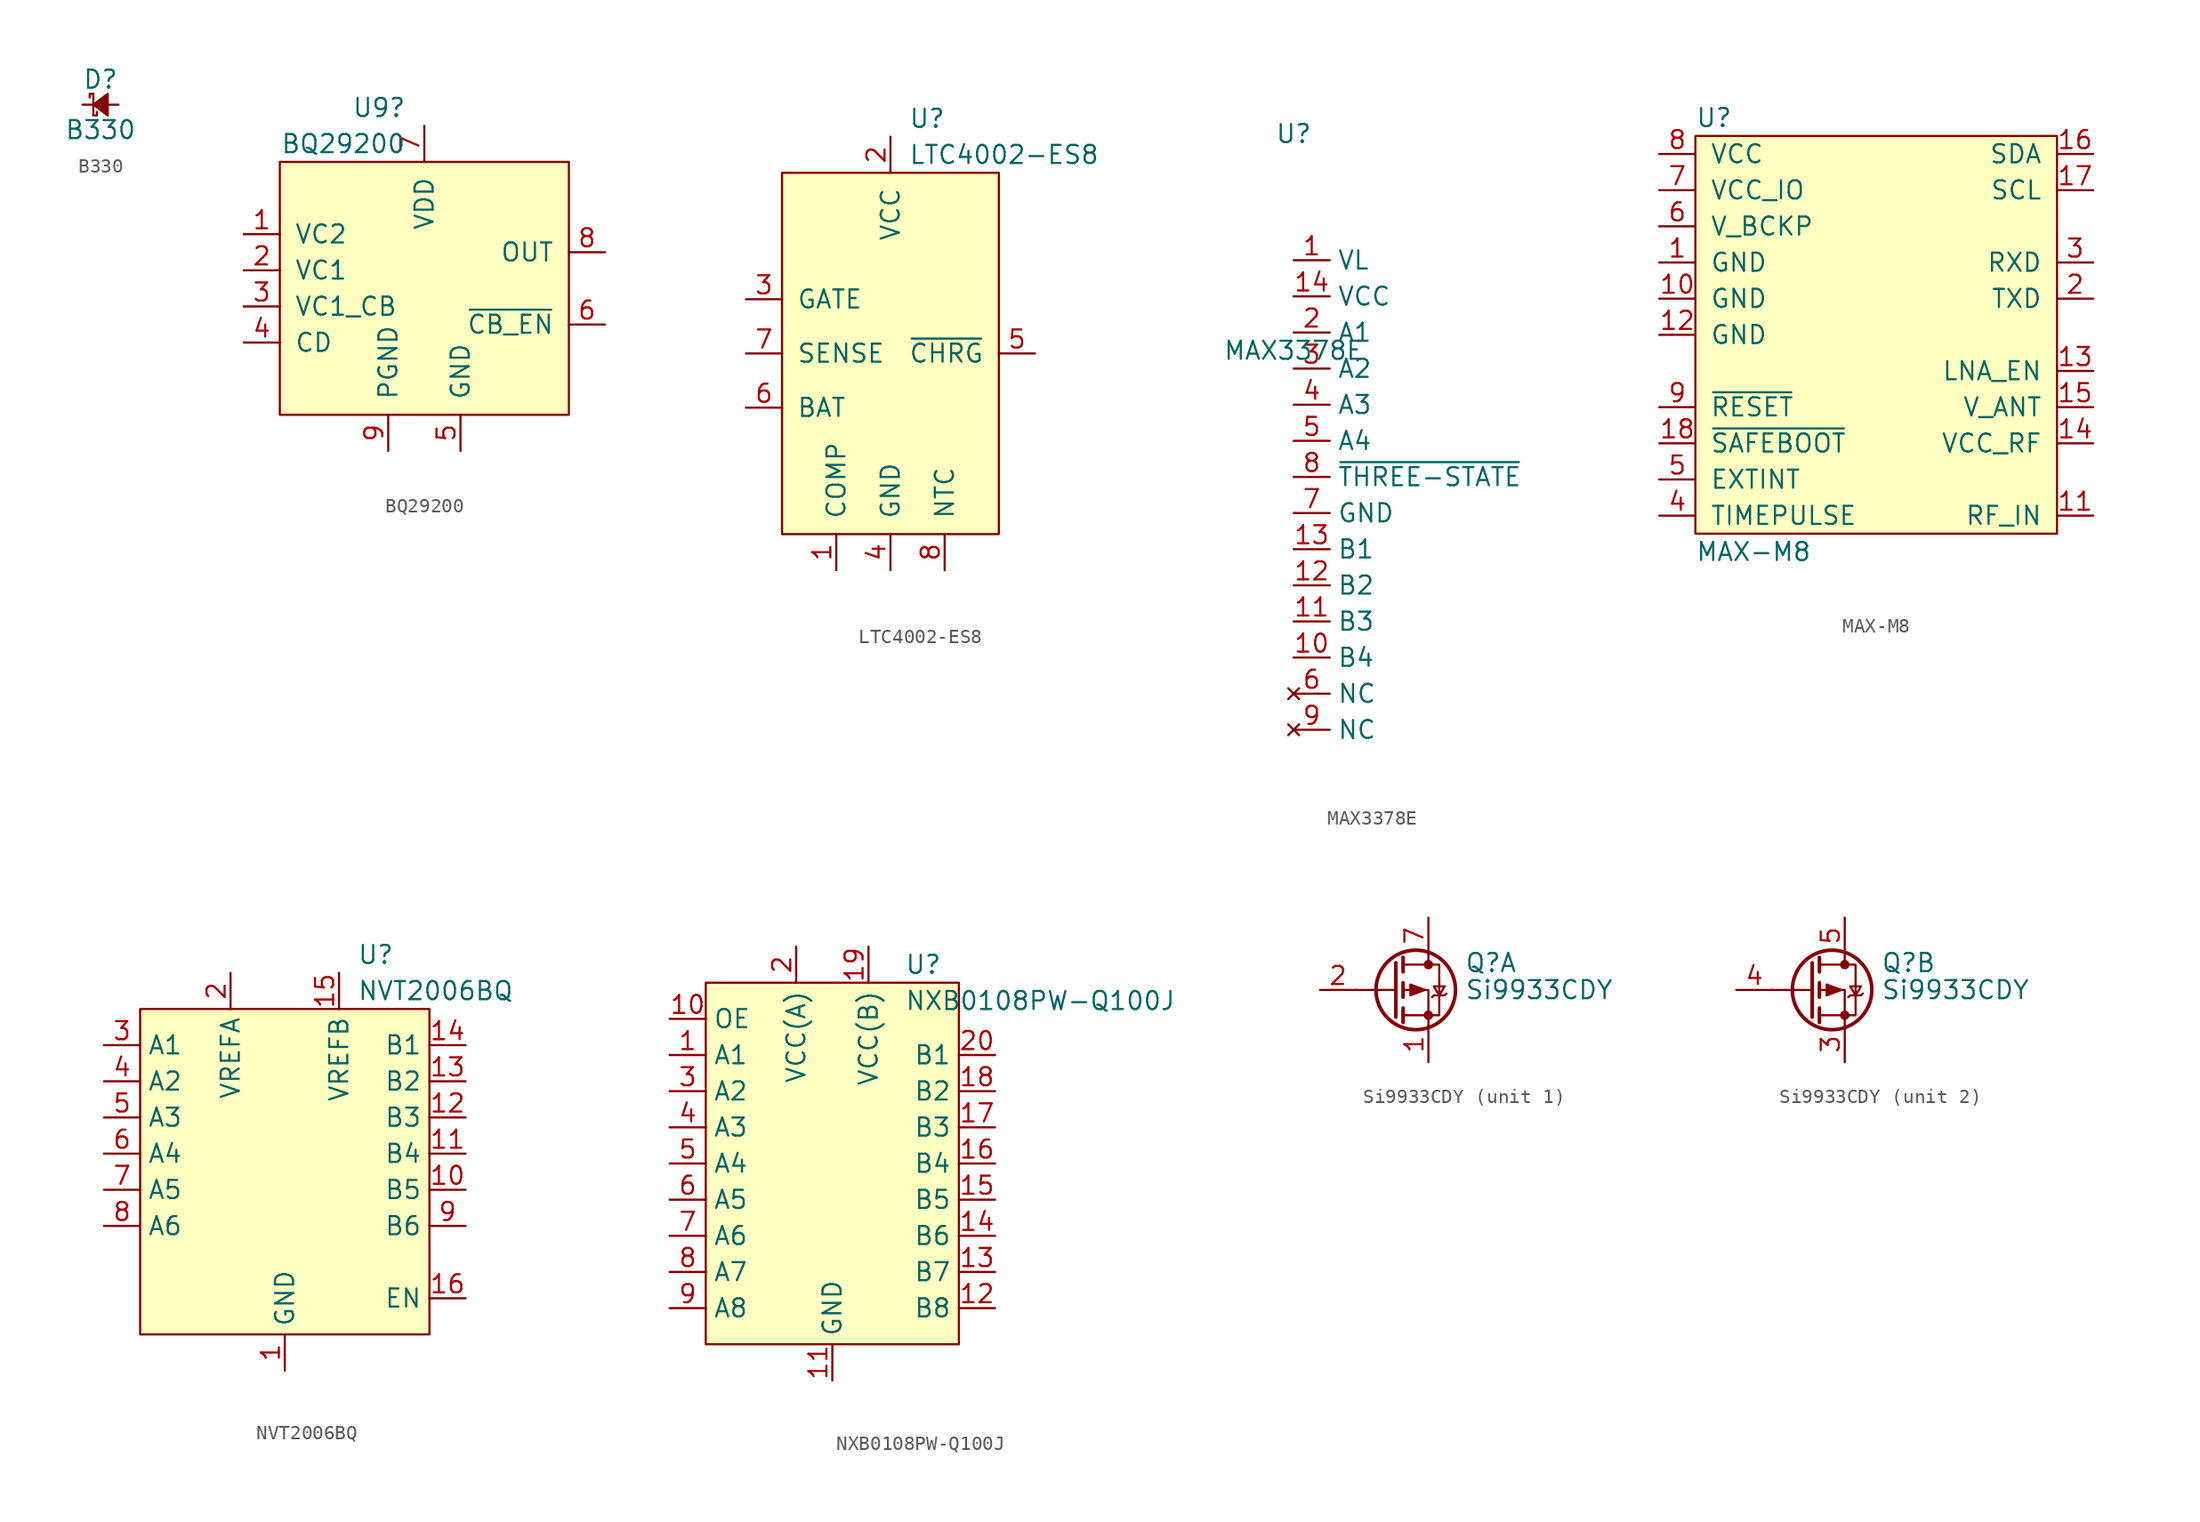
<source format=kicad_sym>
(kicad_symbol_lib
  (version 20211014)
  (generator kicad_symbol_editor)
  (symbol "B330"
    (pin_numbers hide)
    (pin_names
      (offset 1.016) hide)
    (property "Reference" "D"
      (at 1.27 1.778 0)
      (effects (font (size 1.27 1.27))))
    (property "Value" "B330"
      (at 1.27 -1.778 0)
      (effects (font (size 1.27 1.27))))
    (symbol "B330_0_1"
      (polyline (pts (xy 0.762 0.762) (xy 0.762 -0.762)) (stroke (width 0) (type default) (color 0 0 0 0)) (fill (type none)))
      (polyline (pts (xy 0.762 -0.762) (xy 1.016 -0.762) (xy 1.016 -0.508)) (stroke (width 0) (type default) (color 0 0 0 0)) (fill (type none)))
      (polyline (pts (xy 0.762 0.762) (xy 0.508 0.762) (xy 0.508 0.508)) (stroke (width 0) (type default) (color 0 0 0 0)) (fill (type none)))
      (polyline (pts (xy 1.778 0.762) (xy 0.762 0) (xy 1.778 -0.762) (xy 1.778 0.762)) (stroke (width 0) (type default) (color 0 0 0 0)) (fill (type outline))))
    (symbol "B330_1_1"
      (pin passive line (at 0 0 0) (length 0.762) (name "~" (effects (font (size 1.27 1.27)))) (number "1" (effects (font (size 1.27 1.27)))))
      (pin passive line (at 2.54 0 180) (length 0.762) (name "~" (effects (font (size 1.27 1.27)))) (number "2" (effects (font (size 1.27 1.27)))))))
  (symbol "BQ29200"
    (pin_names
      (offset 1.016))
    (property "Reference" "U9"
      (at -1.27 12.7 0)
      (effects (font (size 1.27 1.27)) (justify right)))
    (property "Value" "BQ29200"
      (at -1.27 10.16 0)
      (effects (font (size 1.27 1.27)) (justify right)))
    (symbol "BQ29200_0_0"
      (pin input line (at -12.7 3.81 0) (length 2.54) (name "VC2" (effects (font (size 1.27 1.27)))) (number "1" (effects (font (size 1.27 1.27)))))
      (pin input line (at -12.7 1.27 0) (length 2.54) (name "VC1" (effects (font (size 1.27 1.27)))) (number "2" (effects (font (size 1.27 1.27)))))
      (pin input line (at -12.7 -1.27 0) (length 2.54) (name "VC1_CB" (effects (font (size 1.27 1.27)))) (number "3" (effects (font (size 1.27 1.27)))))
      (pin input line (at -12.7 -3.81 0) (length 2.54) (name "CD" (effects (font (size 1.27 1.27)))) (number "4" (effects (font (size 1.27 1.27)))))
      (pin power_in line (at 2.54 -11.43 90) (length 2.54) (name "GND" (effects (font (size 1.27 1.27)))) (number "5" (effects (font (size 1.27 1.27)))))
      (pin input line (at 12.7 -2.54 180) (length 2.54) (name "~{CB_EN}" (effects (font (size 1.27 1.27)))) (number "6" (effects (font (size 1.27 1.27)))))
      (pin power_in line (at 0 11.43 270) (length 2.54) (name "VDD" (effects (font (size 1.27 1.27)))) (number "7" (effects (font (size 1.27 1.27)))))
      (pin power_out line (at 12.7 2.54 180) (length 2.54) (name "OUT" (effects (font (size 1.27 1.27)))) (number "8" (effects (font (size 1.27 1.27))))))
    (symbol "BQ29200_0_1"
      (rectangle (start -10.16 8.89) (end 10.16 -8.89) (stroke (width 0) (type default) (color 0 0 0 0)) (fill (type background))))
    (symbol "BQ29200_1_1"
      (pin power_in line (at -2.54 -11.43 90) (length 2.54) (name "PGND" (effects (font (size 1.27 1.27)))) (number "9" (effects (font (size 1.27 1.27)))))))
  (symbol "LTC4002-ES8"
    (pin_names
      (offset 1.016))
    (property "Reference" "U"
      (at 1.27 16.51 0)
      (effects (font (size 1.27 1.27)) (justify left)))
    (property "Value" "LTC4002-ES8"
      (at 1.27 13.97 0)
      (effects (font (size 1.27 1.27)) (justify left)))
    (symbol "LTC4002-ES8_0_0"
      (pin input line (at -3.81 -15.24 90) (length 2.54) (name "COMP" (effects (font (size 1.27 1.27)))) (number "1" (effects (font (size 1.27 1.27)))))
      (pin power_in line (at 0 15.24 270) (length 2.54) (name "VCC" (effects (font (size 1.27 1.27)))) (number "2" (effects (font (size 1.27 1.27)))))
      (pin output line (at -10.16 3.81 0) (length 2.54) (name "GATE" (effects (font (size 1.27 1.27)))) (number "3" (effects (font (size 1.27 1.27)))))
      (pin power_in line (at 0 -15.24 90) (length 2.54) (name "GND" (effects (font (size 1.27 1.27)))) (number "4" (effects (font (size 1.27 1.27)))))
      (pin output line (at 10.16 0 180) (length 2.54) (name "~{CHRG}" (effects (font (size 1.27 1.27)))) (number "5" (effects (font (size 1.27 1.27)))))
      (pin input line (at -10.16 -3.81 0) (length 2.54) (name "BAT" (effects (font (size 1.27 1.27)))) (number "6" (effects (font (size 1.27 1.27)))))
      (pin input line (at -10.16 0 0) (length 2.54) (name "SENSE" (effects (font (size 1.27 1.27)))) (number "7" (effects (font (size 1.27 1.27)))))
      (pin input line (at 3.81 -15.24 90) (length 2.54) (name "NTC" (effects (font (size 1.27 1.27)))) (number "8" (effects (font (size 1.27 1.27))))))
    (symbol "LTC4002-ES8_0_1"
      (rectangle (start -7.62 12.7) (end 7.62 -12.7) (stroke (width 0) (type default) (color 0 0 0 0)) (fill (type background)))))
  (symbol "MAX3378E"
    (property "Reference" "U"
      (at 0 8.89 0)
      (effects (font (size 1.27 1.27))))
    (property "Value" "MAX3378E"
      (at 0 -6.35 0)
      (effects (font (size 1.27 1.27))))
    (symbol "MAX3378E_0_0"
      (pin power_in line (at 0 0 0) (length 2.54) (name "VL" (effects (font (size 1.27 1.27)))) (number "1" (effects (font (size 1.27 1.27)))))
      (pin bidirectional line (at 0 -27.94 0) (length 2.54) (name "B4" (effects (font (size 1.27 1.27)))) (number "10" (effects (font (size 1.27 1.27)))))
      (pin bidirectional line (at 0 -25.4 0) (length 2.54) (name "B3" (effects (font (size 1.27 1.27)))) (number "11" (effects (font (size 1.27 1.27)))))
      (pin bidirectional line (at 0 -22.86 0) (length 2.54) (name "B2" (effects (font (size 1.27 1.27)))) (number "12" (effects (font (size 1.27 1.27)))))
      (pin bidirectional line (at 0 -20.32 0) (length 2.54) (name "B1" (effects (font (size 1.27 1.27)))) (number "13" (effects (font (size 1.27 1.27)))))
      (pin power_in line (at 0 -2.54 0) (length 2.54) (name "VCC" (effects (font (size 1.27 1.27)))) (number "14" (effects (font (size 1.27 1.27)))))
      (pin bidirectional line (at 0 -5.08 0) (length 2.54) (name "A1" (effects (font (size 1.27 1.27)))) (number "2" (effects (font (size 1.27 1.27)))))
      (pin bidirectional line (at 0 -7.62 0) (length 2.54) (name "A2" (effects (font (size 1.27 1.27)))) (number "3" (effects (font (size 1.27 1.27)))))
      (pin bidirectional line (at 0 -10.16 0) (length 2.54) (name "A3" (effects (font (size 1.27 1.27)))) (number "4" (effects (font (size 1.27 1.27)))))
      (pin bidirectional line (at 0 -12.7 0) (length 2.54) (name "A4" (effects (font (size 1.27 1.27)))) (number "5" (effects (font (size 1.27 1.27)))))
      (pin no_connect line (at 0 -30.48 0) (length 2.54) (name "NC" (effects (font (size 1.27 1.27)))) (number "6" (effects (font (size 1.27 1.27)))))
      (pin power_in line (at 0 -17.78 0) (length 2.54) (name "GND" (effects (font (size 1.27 1.27)))) (number "7" (effects (font (size 1.27 1.27)))))
      (pin input line (at 0 -15.24 0) (length 2.54) (name "~{THREE-STATE}" (effects (font (size 1.27 1.27)))) (number "8" (effects (font (size 1.27 1.27)))))
      (pin no_connect line (at 0 -33.02 0) (length 2.54) (name "NC" (effects (font (size 1.27 1.27)))) (number "9" (effects (font (size 1.27 1.27)))))))
  (symbol "MAX-M8"
    (pin_names
      (offset 1.016))
    (property "Reference" "U"
      (at -12.7 15.24 0)
      (effects (font (size 1.27 1.27)) (justify left)))
    (property "Value" "MAX-M8"
      (at -12.7 -15.24 0)
      (effects (font (size 1.27 1.27)) (justify left)))
    (symbol "MAX-M8_0_0"
      (pin power_in line (at -15.24 5.08 0) (length 2.54) (name "GND" (effects (font (size 1.27 1.27)))) (number "1" (effects (font (size 1.27 1.27)))))
      (pin power_in line (at -15.24 2.54 0) (length 2.54) (name "GND" (effects (font (size 1.27 1.27)))) (number "10" (effects (font (size 1.27 1.27)))))
      (pin input line (at 15.24 -12.7 180) (length 2.54) (name "RF_IN" (effects (font (size 1.27 1.27)))) (number "11" (effects (font (size 1.27 1.27)))))
      (pin power_in line (at -15.24 0 0) (length 2.54) (name "GND" (effects (font (size 1.27 1.27)))) (number "12" (effects (font (size 1.27 1.27)))))
      (pin output line (at 15.24 -2.54 180) (length 2.54) (name "LNA_EN" (effects (font (size 1.27 1.27)))) (number "13" (effects (font (size 1.27 1.27)))))
      (pin power_out line (at 15.24 -7.62 180) (length 2.54) (name "VCC_RF" (effects (font (size 1.27 1.27)))) (number "14" (effects (font (size 1.27 1.27)))))
      (pin power_in line (at 15.24 -5.08 180) (length 2.54) (name "V_ANT" (effects (font (size 1.27 1.27)))) (number "15" (effects (font (size 1.27 1.27)))))
      (pin bidirectional line (at 15.24 12.7 180) (length 2.54) (name "SDA" (effects (font (size 1.27 1.27)))) (number "16" (effects (font (size 1.27 1.27)))))
      (pin bidirectional line (at 15.24 10.16 180) (length 2.54) (name "SCL" (effects (font (size 1.27 1.27)))) (number "17" (effects (font (size 1.27 1.27)))))
      (pin input line (at -15.24 -7.62 0) (length 2.54) (name "~{SAFEBOOT}" (effects (font (size 1.27 1.27)))) (number "18" (effects (font (size 1.27 1.27)))))
      (pin input line (at 15.24 2.54 180) (length 2.54) (name "TXD" (effects (font (size 1.27 1.27)))) (number "2" (effects (font (size 1.27 1.27)))))
      (pin input line (at 15.24 5.08 180) (length 2.54) (name "RXD" (effects (font (size 1.27 1.27)))) (number "3" (effects (font (size 1.27 1.27)))))
      (pin output line (at -15.24 -12.7 0) (length 2.54) (name "TIMEPULSE" (effects (font (size 1.27 1.27)))) (number "4" (effects (font (size 1.27 1.27)))))
      (pin input line (at -15.24 -10.16 0) (length 2.54) (name "EXTINT" (effects (font (size 1.27 1.27)))) (number "5" (effects (font (size 1.27 1.27)))))
      (pin power_in line (at -15.24 7.62 0) (length 2.54) (name "V_BCKP" (effects (font (size 1.27 1.27)))) (number "6" (effects (font (size 1.27 1.27)))))
      (pin power_in line (at -15.24 10.16 0) (length 2.54) (name "VCC_IO" (effects (font (size 1.27 1.27)))) (number "7" (effects (font (size 1.27 1.27)))))
      (pin power_in line (at -15.24 12.7 0) (length 2.54) (name "VCC" (effects (font (size 1.27 1.27)))) (number "8" (effects (font (size 1.27 1.27)))))
      (pin input line (at -15.24 -5.08 0) (length 2.54) (name "~{RESET}" (effects (font (size 1.27 1.27)))) (number "9" (effects (font (size 1.27 1.27))))))
    (symbol "MAX-M8_0_1"
      (rectangle (start -12.7 13.97) (end 12.7 -13.97) (stroke (width 0) (type default) (color 0 0 0 0)) (fill (type background)))))
  (symbol "NVT2006BQ"
    (property "Reference" "U"
      (at 5.08 12.7 0)
      (effects (font (size 1.27 1.27)) (justify left)))
    (property "Value" "NVT2006BQ"
      (at 5.08 10.16 0)
      (effects (font (size 1.27 1.27)) (justify left)))
    (symbol "NVT2006BQ_0_0"
      (pin power_in line (at 0 -16.51 90) (length 2.54) (name "GND" (effects (font (size 1.27 1.27)))) (number "1" (effects (font (size 1.27 1.27)))))
      (pin bidirectional line (at 12.7 -3.81 180) (length 2.54) (name "B5" (effects (font (size 1.27 1.27)))) (number "10" (effects (font (size 1.27 1.27)))))
      (pin bidirectional line (at 12.7 -1.27 180) (length 2.54) (name "B4" (effects (font (size 1.27 1.27)))) (number "11" (effects (font (size 1.27 1.27)))))
      (pin bidirectional line (at 12.7 1.27 180) (length 2.54) (name "B3" (effects (font (size 1.27 1.27)))) (number "12" (effects (font (size 1.27 1.27)))))
      (pin bidirectional line (at 12.7 3.81 180) (length 2.54) (name "B2" (effects (font (size 1.27 1.27)))) (number "13" (effects (font (size 1.27 1.27)))))
      (pin bidirectional line (at 12.7 6.35 180) (length 2.54) (name "B1" (effects (font (size 1.27 1.27)))) (number "14" (effects (font (size 1.27 1.27)))))
      (pin power_in line (at 3.81 11.43 270) (length 2.54) (name "VREFB" (effects (font (size 1.27 1.27)))) (number "15" (effects (font (size 1.27 1.27)))))
      (pin input line (at 12.7 -11.43 180) (length 2.54) (name "EN" (effects (font (size 1.27 1.27)))) (number "16" (effects (font (size 1.27 1.27)))))
      (pin power_in line (at -3.81 11.43 270) (length 2.54) (name "VREFA" (effects (font (size 1.27 1.27)))) (number "2" (effects (font (size 1.27 1.27)))))
      (pin bidirectional line (at -12.7 6.35 0) (length 2.54) (name "A1" (effects (font (size 1.27 1.27)))) (number "3" (effects (font (size 1.27 1.27)))))
      (pin bidirectional line (at -12.7 3.81 0) (length 2.54) (name "A2" (effects (font (size 1.27 1.27)))) (number "4" (effects (font (size 1.27 1.27)))))
      (pin bidirectional line (at -12.7 1.27 0) (length 2.54) (name "A3" (effects (font (size 1.27 1.27)))) (number "5" (effects (font (size 1.27 1.27)))))
      (pin bidirectional line (at -12.7 -1.27 0) (length 2.54) (name "A4" (effects (font (size 1.27 1.27)))) (number "6" (effects (font (size 1.27 1.27)))))
      (pin bidirectional line (at -12.7 -3.81 0) (length 2.54) (name "A5" (effects (font (size 1.27 1.27)))) (number "7" (effects (font (size 1.27 1.27)))))
      (pin bidirectional line (at -12.7 -6.35 0) (length 2.54) (name "A6" (effects (font (size 1.27 1.27)))) (number "8" (effects (font (size 1.27 1.27)))))
      (pin bidirectional line (at 12.7 -6.35 180) (length 2.54) (name "B6" (effects (font (size 1.27 1.27)))) (number "9" (effects (font (size 1.27 1.27))))))
    (symbol "NVT2006BQ_0_1"
      (rectangle (start -10.16 8.89) (end 10.16 -13.97) (stroke (width 0) (type default) (color 0 0 0 0)) (fill (type background)))))
  (symbol "NXB0108PW-Q100J"
    (property "Reference" "U"
      (at 5.08 13.97 0)
      (effects (font (size 1.27 1.27)) (justify left)))
    (property "Value" "NXB0108PW-Q100J"
      (at 5.08 11.43 0)
      (effects (font (size 1.27 1.27)) (justify left)))
    (symbol "NXB0108PW-Q100J_0_0"
      (pin bidirectional line (at -11.43 7.62 0) (length 2.54) (name "A1" (effects (font (size 1.27 1.27)))) (number "1" (effects (font (size 1.27 1.27)))))
      (pin input line (at -11.43 10.16 0) (length 2.54) (name "OE" (effects (font (size 1.27 1.27)))) (number "10" (effects (font (size 1.27 1.27)))))
      (pin power_in line (at 0 -15.24 90) (length 2.54) (name "GND" (effects (font (size 1.27 1.27)))) (number "11" (effects (font (size 1.27 1.27)))))
      (pin bidirectional line (at 11.43 -10.16 180) (length 2.54) (name "B8" (effects (font (size 1.27 1.27)))) (number "12" (effects (font (size 1.27 1.27)))))
      (pin bidirectional line (at 11.43 -7.62 180) (length 2.54) (name "B7" (effects (font (size 1.27 1.27)))) (number "13" (effects (font (size 1.27 1.27)))))
      (pin bidirectional line (at 11.43 -5.08 180) (length 2.54) (name "B6" (effects (font (size 1.27 1.27)))) (number "14" (effects (font (size 1.27 1.27)))))
      (pin bidirectional line (at 11.43 -2.54 180) (length 2.54) (name "B5" (effects (font (size 1.27 1.27)))) (number "15" (effects (font (size 1.27 1.27)))))
      (pin bidirectional line (at 11.43 0 180) (length 2.54) (name "B4" (effects (font (size 1.27 1.27)))) (number "16" (effects (font (size 1.27 1.27)))))
      (pin bidirectional line (at 11.43 2.54 180) (length 2.54) (name "B3" (effects (font (size 1.27 1.27)))) (number "17" (effects (font (size 1.27 1.27)))))
      (pin bidirectional line (at 11.43 5.08 180) (length 2.54) (name "B2" (effects (font (size 1.27 1.27)))) (number "18" (effects (font (size 1.27 1.27)))))
      (pin power_in line (at 2.54 15.24 270) (length 2.54) (name "VCC(B)" (effects (font (size 1.27 1.27)))) (number "19" (effects (font (size 1.27 1.27)))))
      (pin power_in line (at -2.54 15.24 270) (length 2.54) (name "VCC(A)" (effects (font (size 1.27 1.27)))) (number "2" (effects (font (size 1.27 1.27)))))
      (pin bidirectional line (at 11.43 7.62 180) (length 2.54) (name "B1" (effects (font (size 1.27 1.27)))) (number "20" (effects (font (size 1.27 1.27)))))
      (pin bidirectional line (at -11.43 5.08 0) (length 2.54) (name "A2" (effects (font (size 1.27 1.27)))) (number "3" (effects (font (size 1.27 1.27)))))
      (pin bidirectional line (at -11.43 2.54 0) (length 2.54) (name "A3" (effects (font (size 1.27 1.27)))) (number "4" (effects (font (size 1.27 1.27)))))
      (pin bidirectional line (at -11.43 0 0) (length 2.54) (name "A4" (effects (font (size 1.27 1.27)))) (number "5" (effects (font (size 1.27 1.27)))))
      (pin bidirectional line (at -11.43 -2.54 0) (length 2.54) (name "A5" (effects (font (size 1.27 1.27)))) (number "6" (effects (font (size 1.27 1.27)))))
      (pin bidirectional line (at -11.43 -5.08 0) (length 2.54) (name "A6" (effects (font (size 1.27 1.27)))) (number "7" (effects (font (size 1.27 1.27)))))
      (pin bidirectional line (at -11.43 -7.62 0) (length 2.54) (name "A7" (effects (font (size 1.27 1.27)))) (number "8" (effects (font (size 1.27 1.27)))))
      (pin bidirectional line (at -11.43 -10.16 0) (length 2.54) (name "A8" (effects (font (size 1.27 1.27)))) (number "9" (effects (font (size 1.27 1.27))))))
    (symbol "NXB0108PW-Q100J_0_1"
      (rectangle (start -8.89 12.7) (end 8.89 -12.7) (stroke (width 0) (type default) (color 0 0 0 0)) (fill (type background)))))
  (symbol "Si9933CDY"
    (pin_names hide)
    (property "Reference" "Q"
      (at 5.08 1.905 0)
      (effects (font (size 1.27 1.27)) (justify left)))
    (property "Value" "Si9933CDY"
      (at 5.08 0 0)
      (effects (font (size 1.27 1.27)) (justify left)))
    (symbol "Si9933CDY_0_1"
      (polyline (pts (xy 0.254 0) (xy -2.54 0)) (stroke (width 0) (type default) (color 0 0 0 0)) (fill (type none)))
      (polyline (pts (xy 0.254 1.905) (xy 0.254 -1.905)) (stroke (width 0.254) (type default) (color 0 0 0 0)) (fill (type none)))
      (polyline (pts (xy 0.762 -1.27) (xy 0.762 -2.286)) (stroke (width 0.254) (type default) (color 0 0 0 0)) (fill (type none)))
      (polyline (pts (xy 0.762 0.508) (xy 0.762 -0.508)) (stroke (width 0.254) (type default) (color 0 0 0 0)) (fill (type none)))
      (polyline (pts (xy 0.762 2.286) (xy 0.762 1.27)) (stroke (width 0.254) (type default) (color 0 0 0 0)) (fill (type none)))
      (polyline (pts (xy 2.54 2.54) (xy 2.54 1.778)) (stroke (width 0) (type default) (color 0 0 0 0)) (fill (type none)))
      (polyline (pts (xy 2.54 -2.54) (xy 2.54 0) (xy 0.762 0)) (stroke (width 0) (type default) (color 0 0 0 0)) (fill (type none)))
      (polyline (pts (xy 0.762 1.778) (xy 3.302 1.778) (xy 3.302 -1.778) (xy 0.762 -1.778)) (stroke (width 0) (type default) (color 0 0 0 0)) (fill (type none)))
      (polyline (pts (xy 2.286 0) (xy 1.27 0.381) (xy 1.27 -0.381) (xy 2.286 0)) (stroke (width 0) (type default) (color 0 0 0 0)) (fill (type outline)))
      (polyline (pts (xy 2.794 -0.508) (xy 2.921 -0.381) (xy 3.683 -0.381) (xy 3.81 -0.254)) (stroke (width 0) (type default) (color 0 0 0 0)) (fill (type none)))
      (polyline (pts (xy 3.302 -0.381) (xy 2.921 0.254) (xy 3.683 0.254) (xy 3.302 -0.381)) (stroke (width 0) (type default) (color 0 0 0 0)) (fill (type none)))
      (circle (center 1.651 0) (radius 2.794) (stroke (width 0.254) (type default) (color 0 0 0 0)) (fill (type none)))
      (circle (center 2.54 -1.778) (radius 0.254) (stroke (width 0) (type default) (color 0 0 0 0)) (fill (type outline)))
      (circle (center 2.54 1.778) (radius 0.254) (stroke (width 0) (type default) (color 0 0 0 0)) (fill (type outline))))
    (symbol "Si9933CDY_1_0"
      (pin passive line (at 2.54 5.08 270) (length 2.54) hide (name "D1" (effects (font (size 1.27 1.27)))) (number "8" (effects (font (size 1.27 1.27))))))
    (symbol "Si9933CDY_1_1"
      (pin passive line (at 2.54 -5.08 90) (length 2.54) (name "S1" (effects (font (size 1.27 1.27)))) (number "1" (effects (font (size 1.27 1.27)))))
      (pin passive line (at -5.08 0 0) (length 2.54) (name "G1" (effects (font (size 1.27 1.27)))) (number "2" (effects (font (size 1.27 1.27)))))
      (pin passive line (at 2.54 5.08 270) (length 2.54) (name "D1" (effects (font (size 1.27 1.27)))) (number "7" (effects (font (size 1.27 1.27))))))
    (symbol "Si9933CDY_2_0"
      (pin passive line (at 2.54 5.08 270) (length 2.54) hide (name "D2" (effects (font (size 1.27 1.27)))) (number "6" (effects (font (size 1.27 1.27))))))
    (symbol "Si9933CDY_2_1"
      (pin passive line (at 2.54 -5.08 90) (length 2.54) (name "S2" (effects (font (size 1.27 1.27)))) (number "3" (effects (font (size 1.27 1.27)))))
      (pin passive line (at -5.08 0 0) (length 2.54) (name "G2" (effects (font (size 1.27 1.27)))) (number "4" (effects (font (size 1.27 1.27)))))
      (pin passive line (at 2.54 5.08 270) (length 2.54) (name "D2" (effects (font (size 1.27 1.27)))) (number "5" (effects (font (size 1.27 1.27))))))))
</source>
